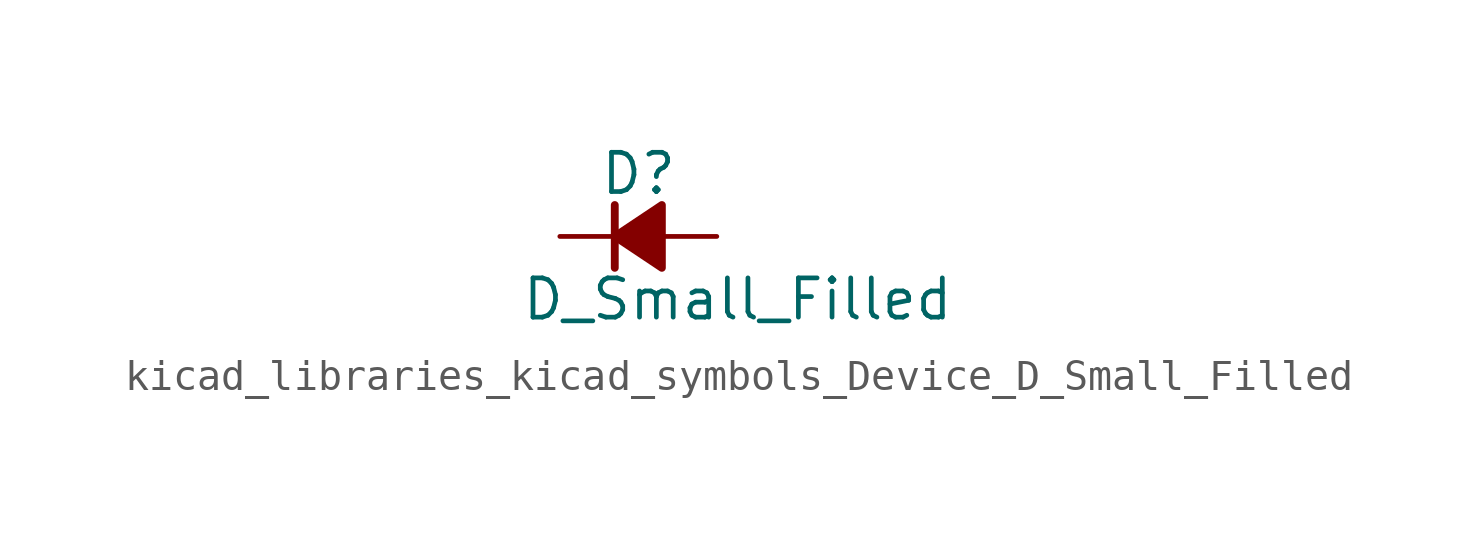
<source format=kicad_sym>
(kicad_symbol_lib
  (version 20220914)
  (generator kicad_symbol_editor)
  (symbol "kicad_libraries_kicad_symbols_Device_D_Small_Filled"
    (pin_numbers hide)
    (pin_names
      (offset 0.254) hide)
    (property "Reference" "D"
      (at -1.27 2.032 0)
      (effects (font (size 1.27 1.27)) (justify left)))
    (property "Value" "D_Small_Filled"
      (at -3.81 -2.032 0)
      (effects (font (size 1.27 1.27)) (justify left)))
    (symbol "kicad_libraries_kicad_symbols_Device_D_Small_Filled_0_1"
      (polyline (pts (xy -0.762 -1.016) (xy -0.762 1.016)) (stroke (width 0.254) (type default)) (fill (type none)))
      (polyline (pts (xy -0.762 0) (xy 0.762 0)) (stroke (width 0) (type default)) (fill (type none)))
      (polyline (pts (xy 0.762 -1.016) (xy -0.762 0) (xy 0.762 1.016) (xy 0.762 -1.016)) (stroke (width 0.254) (type default)) (fill (type outline))))
    (symbol "kicad_libraries_kicad_symbols_Device_D_Small_Filled_1_1"
      (pin passive line (at -2.54 0 0) (length 1.778) (name "K" (effects (font (size 1.27 1.27)))) (number "1" (effects (font (size 1.27 1.27)))))
      (pin passive line (at 2.54 0 180) (length 1.778) (name "A" (effects (font (size 1.27 1.27)))) (number "2" (effects (font (size 1.27 1.27))))))))
</source>
